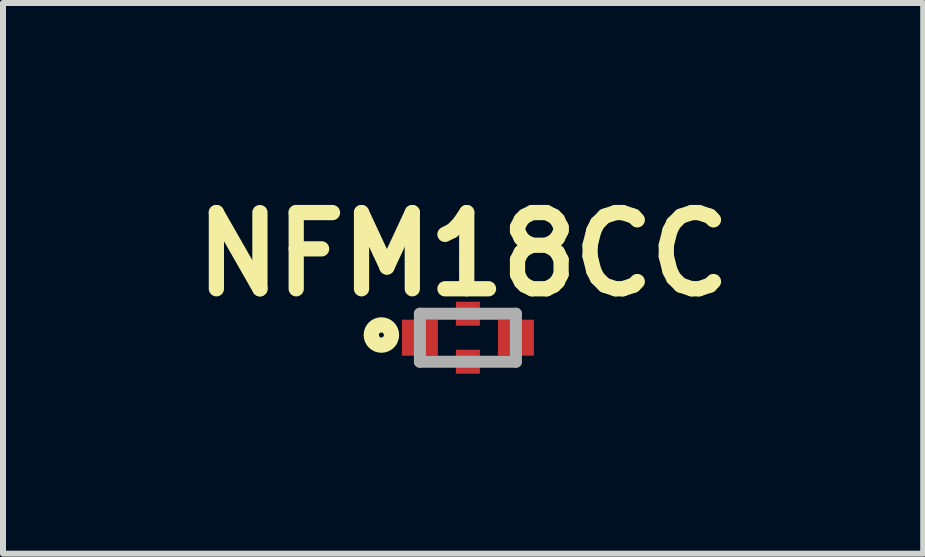
<source format=kicad_pcb>
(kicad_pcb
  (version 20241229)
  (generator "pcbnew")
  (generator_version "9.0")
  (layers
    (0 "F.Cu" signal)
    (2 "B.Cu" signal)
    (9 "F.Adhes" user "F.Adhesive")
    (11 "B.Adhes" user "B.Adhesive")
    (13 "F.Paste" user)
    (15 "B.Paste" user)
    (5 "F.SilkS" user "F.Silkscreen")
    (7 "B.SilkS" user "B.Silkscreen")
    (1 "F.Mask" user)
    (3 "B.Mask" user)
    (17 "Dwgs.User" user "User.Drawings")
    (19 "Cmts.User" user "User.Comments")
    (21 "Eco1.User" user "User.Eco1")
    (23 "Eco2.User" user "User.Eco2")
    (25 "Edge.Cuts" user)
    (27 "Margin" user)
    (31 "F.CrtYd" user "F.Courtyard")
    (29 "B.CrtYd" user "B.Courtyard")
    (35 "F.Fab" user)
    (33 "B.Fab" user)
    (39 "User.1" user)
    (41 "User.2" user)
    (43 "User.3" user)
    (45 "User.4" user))
  (footprint "NFM18CC"
    (layer "F.Cu")
    (at 4.749 2.579)
    (property "Reference" "NFM18CC" (at -0.08 -1.39 0) (layer "F.SilkS") (effects (font (size 1.27 1.27) (thickness 0.254))))
    (attr smd)
    (fp_circle (center -1.442 -0.045) (end -1.484 -0.045) (stroke (width 0.254) (type solid)) (fill no) (layer "F.SilkS"))
    (fp_line (start -0.8 -0.4) (end 0.8 -0.4) (stroke (width 0.2) (type solid)) (layer "F.Fab"))
    (fp_line (start -0.8 0.4) (end -0.8 -0.4) (stroke (width 0.2) (type solid)) (layer "F.Fab"))
    (fp_line (start 0.8 -0.4) (end 0.8 0.4) (stroke (width 0.2) (type solid)) (layer "F.Fab"))
    (fp_line (start 0.8 0.4) (end -0.8 0.4) (stroke (width 0.2) (type solid)) (layer "F.Fab"))
    (pad "1" smd rect (at -0.8 0 90) (size 0.6 0.6) (layers "F.Cu" "F.Mask" "F.Paste"))
    (pad "2" smd rect (at 0 0.4 90) (size 0.4 0.4) (layers "F.Cu" "F.Mask" "F.Paste"))
    (pad "3" smd rect (at 0 -0.4 90) (size 0.4 0.4) (layers "F.Cu" "F.Mask" "F.Paste"))
    (pad "4" smd rect (at 0.8 0 90) (size 0.6 0.6) (layers "F.Cu" "F.Mask" "F.Paste")))
  (gr_rect
    (start -3 -3)
    (end 12.338 6.179)
    (stroke (width 0.1) (type default))
    (fill no)
    (layer "Edge.Cuts")))
</source>
